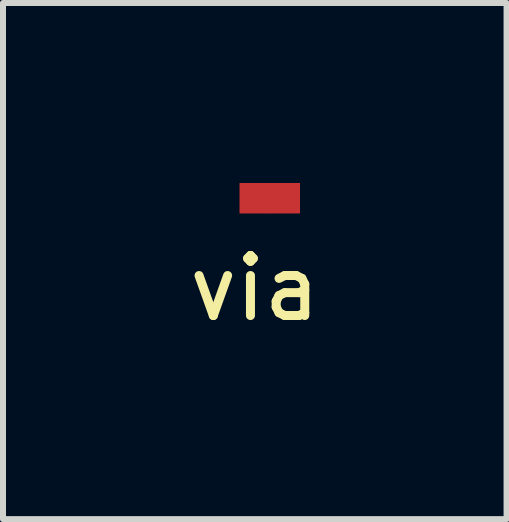
<source format=kicad_pcb>
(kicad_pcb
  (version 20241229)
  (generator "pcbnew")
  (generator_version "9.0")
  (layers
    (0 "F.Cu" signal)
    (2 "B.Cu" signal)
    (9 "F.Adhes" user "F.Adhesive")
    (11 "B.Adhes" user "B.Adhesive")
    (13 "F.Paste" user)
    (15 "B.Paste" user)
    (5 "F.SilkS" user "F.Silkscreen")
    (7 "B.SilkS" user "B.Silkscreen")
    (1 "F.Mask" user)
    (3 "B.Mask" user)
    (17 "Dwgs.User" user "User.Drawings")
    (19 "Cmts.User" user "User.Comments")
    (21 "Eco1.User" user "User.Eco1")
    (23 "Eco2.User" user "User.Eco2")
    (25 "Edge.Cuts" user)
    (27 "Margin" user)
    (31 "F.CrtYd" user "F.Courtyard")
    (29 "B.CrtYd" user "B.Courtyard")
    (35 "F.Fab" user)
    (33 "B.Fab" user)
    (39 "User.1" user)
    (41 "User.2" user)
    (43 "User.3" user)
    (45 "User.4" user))
  (footprint "via"
    (layer "F.Cu")
    (at 1.196 0.254)
    (property "Reference" "via" (at 0 1.5 0) (layer "F.SilkS") (effects (font (size 1 1) (thickness 0.15))))
    (attr through_hole)
    (pad "1" smd rect (at 0 0) (size 0.508 0.508) (layers "F.Cu" "F.Mask" "F.Paste"))
    (pad "2" smd rect (at 0.5 0) (size 0.508 0.508) (layers "F.Cu" "F.Mask" "F.Paste")))
  (gr_rect
    (start -3 -3)
    (end 5.393 5.602)
    (stroke (width 0.1) (type default))
    (fill no)
    (layer "Edge.Cuts")))
</source>
